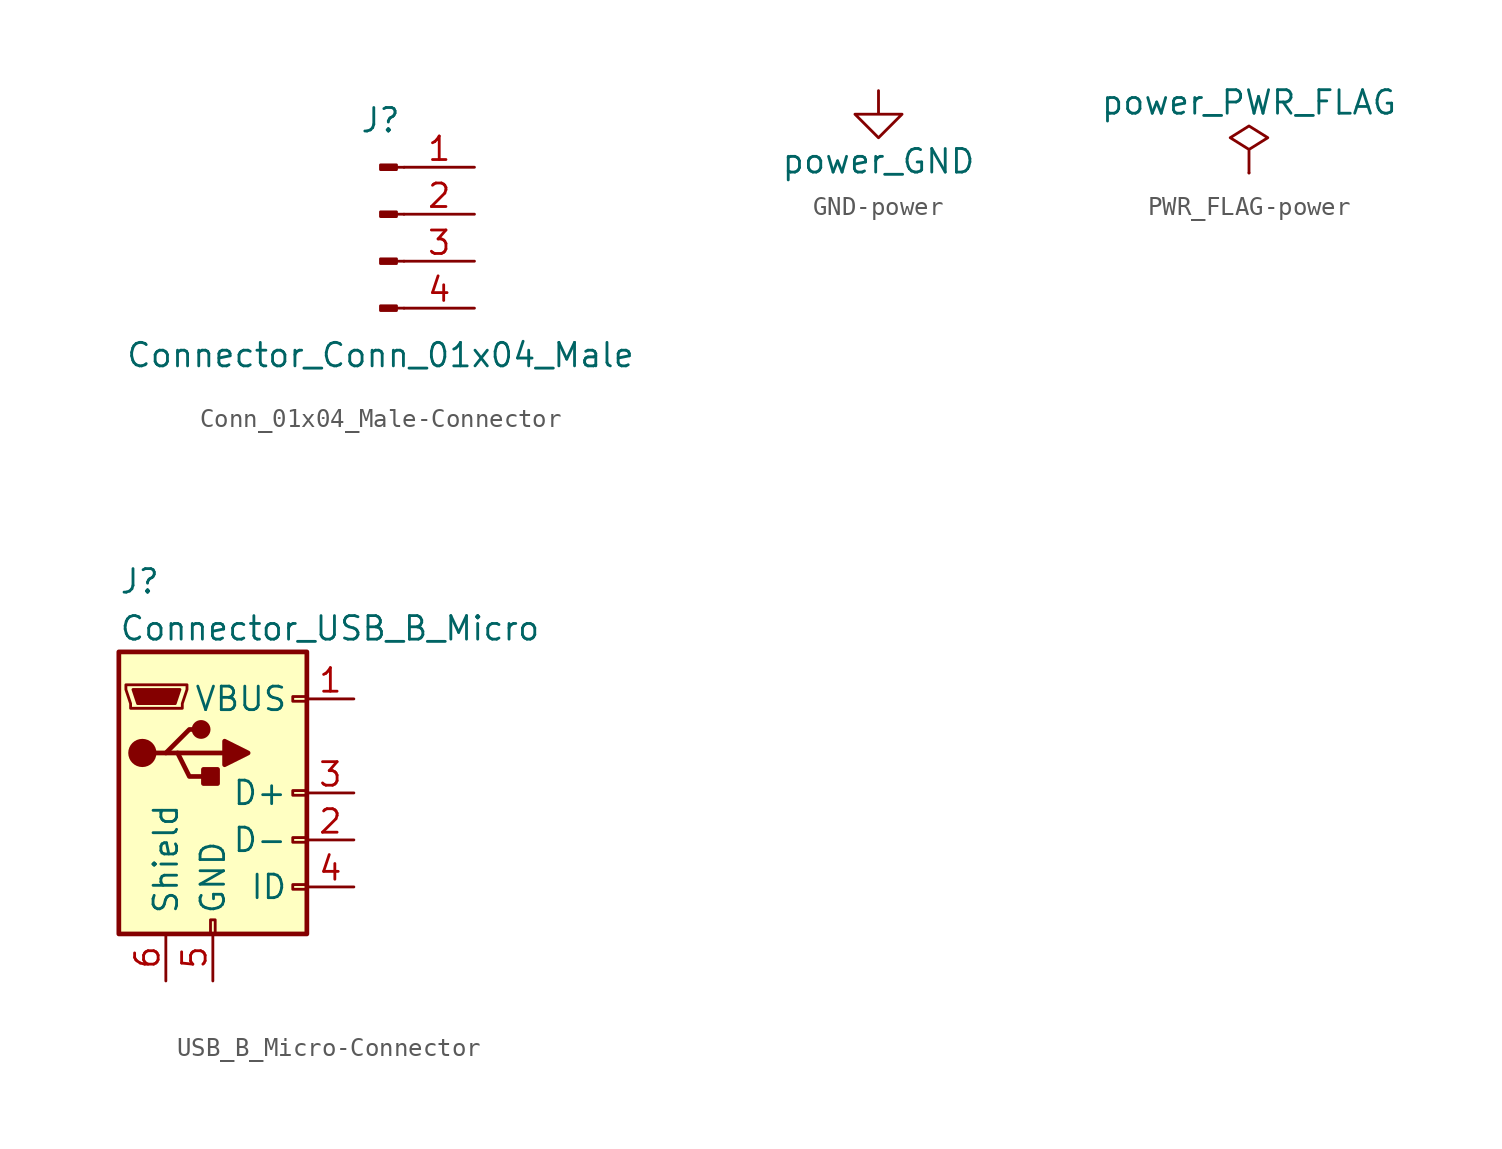
<source format=kicad_sym>
(kicad_symbol_lib
  (version 20231120)
  (generator "kicad_symbol_editor")
  (generator_version "8.0")
  (symbol "Conn_01x04_Male-Connector"
    (pin_names
      (offset 1.016) hide)
    (property "Reference" "J"
      (at 0 5.08 0)
      (effects (font (size 1.27 1.27))))
    (property "Value" "Connector_Conn_01x04_Male"
      (at 0 -7.62 0)
      (effects (font (size 1.27 1.27))))
    (symbol "Conn_01x04_Male-Connector_1_1"
      (polyline (pts (xy 1.27 -5.08) (xy 0.864 -5.08)) (stroke (width 0.152) (type solid)) (fill (type none)))
      (polyline (pts (xy 1.27 -2.54) (xy 0.864 -2.54)) (stroke (width 0.152) (type solid)) (fill (type none)))
      (polyline (pts (xy 1.27 0) (xy 0.864 0)) (stroke (width 0.152) (type solid)) (fill (type none)))
      (polyline (pts (xy 1.27 2.54) (xy 0.864 2.54)) (stroke (width 0.152) (type solid)) (fill (type none)))
      (rectangle (start 0.864 -4.953) (end 0 -5.207) (stroke (width 0.152) (type solid)) (fill (type outline)))
      (rectangle (start 0.864 -2.413) (end 0 -2.667) (stroke (width 0.152) (type solid)) (fill (type outline)))
      (rectangle (start 0.864 0.127) (end 0 -0.127) (stroke (width 0.152) (type solid)) (fill (type outline)))
      (rectangle (start 0.864 2.667) (end 0 2.413) (stroke (width 0.152) (type solid)) (fill (type outline)))
      (pin passive line (at 5.08 2.54 180) (length 3.81) (name "Pin_1" (effects (font (size 1.27 1.27)))) (number "1" (effects (font (size 1.27 1.27)))))
      (pin passive line (at 5.08 0 180) (length 3.81) (name "Pin_2" (effects (font (size 1.27 1.27)))) (number "2" (effects (font (size 1.27 1.27)))))
      (pin passive line (at 5.08 -2.54 180) (length 3.81) (name "Pin_3" (effects (font (size 1.27 1.27)))) (number "3" (effects (font (size 1.27 1.27)))))
      (pin passive line (at 5.08 -5.08 180) (length 3.81) (name "Pin_4" (effects (font (size 1.27 1.27)))) (number "4" (effects (font (size 1.27 1.27)))))))
  (symbol "GND-power"
    (power)
    (pin_names
      (offset 0))
    (property "Reference" "#PWR"
      (at 0 -6.35 0)
      (effects (font (size 1.27 1.27)) (hide yes)))
    (property "Value" "power_GND"
      (at 0 -3.81 0)
      (effects (font (size 1.27 1.27))))
    (symbol "GND-power_0_1"
      (polyline (pts (xy 0 0) (xy 0 -1.27) (xy 1.27 -1.27) (xy 0 -2.54) (xy -1.27 -1.27) (xy 0 -1.27)) (stroke (width 0) (type solid)) (fill (type none))))
    (symbol "GND-power_1_1"
      (pin power_in line (at 0 0 270) (length 0) hide (name "GND" (effects (font (size 1.27 1.27)))) (number "1" (effects (font (size 1.27 1.27)))))))
  (symbol "PWR_FLAG-power"
    (power)
    (pin_numbers hide)
    (pin_names
      (offset 0) hide)
    (property "Reference" "#FLG"
      (at 0 1.905 0)
      (effects (font (size 1.27 1.27)) (hide yes)))
    (property "Value" "power_PWR_FLAG"
      (at 0 3.81 0)
      (effects (font (size 1.27 1.27))))
    (symbol "PWR_FLAG-power_0_0"
      (pin power_out line (at 0 0 90) (length 0) (name "pwr" (effects (font (size 1.27 1.27)))) (number "1" (effects (font (size 1.27 1.27))))))
    (symbol "PWR_FLAG-power_0_1"
      (polyline (pts (xy 0 0) (xy 0 1.27) (xy -1.016 1.905) (xy 0 2.54) (xy 1.016 1.905) (xy 0 1.27)) (stroke (width 0) (type solid)) (fill (type none)))))
  (symbol "USB_B_Micro-Connector"
    (pin_names
      (offset 1.016))
    (property "Reference" "J"
      (at -5.08 11.43 0)
      (effects (font (size 1.27 1.27)) (justify left)))
    (property "Value" "Connector_USB_B_Micro"
      (at -5.08 8.89 0)
      (effects (font (size 1.27 1.27)) (justify left)))
    (symbol "USB_B_Micro-Connector_0_1"
      (rectangle (start -5.08 -7.62) (end 5.08 7.62) (stroke (width 0.254) (type solid)) (fill (type background)))
      (circle (center -3.81 2.159) (radius 0.635) (stroke (width 0.254) (type solid)) (fill (type outline)))
      (circle (center -0.635 3.429) (radius 0.381) (stroke (width 0.254) (type solid)) (fill (type outline)))
      (rectangle (start -0.127 -7.62) (end 0.127 -6.858) (stroke (width 0) (type solid)) (fill (type none)))
      (polyline (pts (xy -1.905 2.159) (xy 0.635 2.159)) (stroke (width 0.254) (type solid)) (fill (type none)))
      (polyline (pts (xy -3.175 2.159) (xy -2.54 2.159) (xy -1.27 3.429) (xy -0.635 3.429)) (stroke (width 0.254) (type solid)) (fill (type none)))
      (polyline (pts (xy -2.54 2.159) (xy -1.905 2.159) (xy -1.27 0.889) (xy 0 0.889)) (stroke (width 0.254) (type solid)) (fill (type none)))
      (polyline (pts (xy 0.635 2.794) (xy 0.635 1.524) (xy 1.905 2.159) (xy 0.635 2.794)) (stroke (width 0.254) (type solid)) (fill (type outline)))
      (polyline (pts (xy -4.318 5.588) (xy -1.778 5.588) (xy -2.032 4.826) (xy -4.064 4.826) (xy -4.318 5.588)) (stroke (width 0) (type solid)) (fill (type outline)))
      (polyline (pts (xy -4.699 5.842) (xy -4.699 5.588) (xy -4.445 4.826) (xy -4.445 4.572) (xy -1.651 4.572) (xy -1.651 4.826) (xy -1.397 5.588) (xy -1.397 5.842) (xy -4.699 5.842)) (stroke (width 0) (type solid)) (fill (type none)))
      (rectangle (start 0.254 1.27) (end -0.508 0.508) (stroke (width 0.254) (type solid)) (fill (type outline)))
      (rectangle (start 5.08 -5.207) (end 4.318 -4.953) (stroke (width 0) (type solid)) (fill (type none)))
      (rectangle (start 5.08 -2.667) (end 4.318 -2.413) (stroke (width 0) (type solid)) (fill (type none)))
      (rectangle (start 5.08 -0.127) (end 4.318 0.127) (stroke (width 0) (type solid)) (fill (type none)))
      (rectangle (start 5.08 4.953) (end 4.318 5.207) (stroke (width 0) (type solid)) (fill (type none))))
    (symbol "USB_B_Micro-Connector_1_1"
      (pin power_out line (at 7.62 5.08 180) (length 2.54) (name "VBUS" (effects (font (size 1.27 1.27)))) (number "1" (effects (font (size 1.27 1.27)))))
      (pin passive line (at 7.62 -2.54 180) (length 2.54) (name "D-" (effects (font (size 1.27 1.27)))) (number "2" (effects (font (size 1.27 1.27)))))
      (pin passive line (at 7.62 0 180) (length 2.54) (name "D+" (effects (font (size 1.27 1.27)))) (number "3" (effects (font (size 1.27 1.27)))))
      (pin passive line (at 7.62 -5.08 180) (length 2.54) (name "ID" (effects (font (size 1.27 1.27)))) (number "4" (effects (font (size 1.27 1.27)))))
      (pin power_out line (at 0 -10.16 90) (length 2.54) (name "GND" (effects (font (size 1.27 1.27)))) (number "5" (effects (font (size 1.27 1.27)))))
      (pin passive line (at -2.54 -10.16 90) (length 2.54) (name "Shield" (effects (font (size 1.27 1.27)))) (number "6" (effects (font (size 1.27 1.27))))))))
</source>
